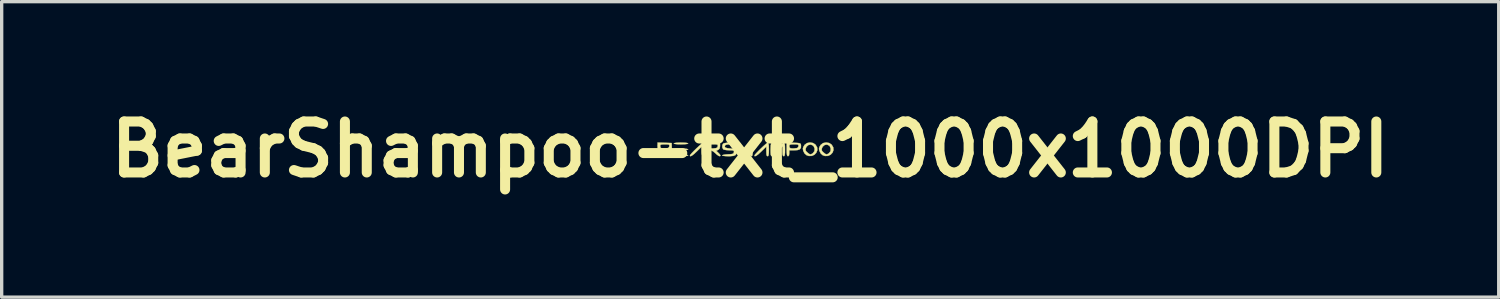
<source format=kicad_pcb>
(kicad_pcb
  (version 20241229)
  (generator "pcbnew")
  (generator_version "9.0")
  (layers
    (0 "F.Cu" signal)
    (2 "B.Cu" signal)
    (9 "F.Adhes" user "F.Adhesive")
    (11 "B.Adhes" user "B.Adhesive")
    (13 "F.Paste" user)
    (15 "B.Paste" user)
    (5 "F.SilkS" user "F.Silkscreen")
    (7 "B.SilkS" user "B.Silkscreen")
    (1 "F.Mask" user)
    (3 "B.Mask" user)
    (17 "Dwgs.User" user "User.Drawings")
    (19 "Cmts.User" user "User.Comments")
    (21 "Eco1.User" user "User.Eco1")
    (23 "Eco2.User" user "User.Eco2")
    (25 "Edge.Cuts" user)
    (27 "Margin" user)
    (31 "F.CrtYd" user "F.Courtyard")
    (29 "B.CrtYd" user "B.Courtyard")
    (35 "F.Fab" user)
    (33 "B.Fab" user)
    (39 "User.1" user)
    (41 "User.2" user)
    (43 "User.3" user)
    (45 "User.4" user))
  (footprint "BearShampoo-txt_1000x1000DPI"
    (layer "F.Cu")
    (at 19.384 1.418)
    (property "Reference" "BearShampoo-txt_1000x1000DPI" (at 0 0 0) (layer "F.SilkS") (effects (font (size 1.524 1.524) (thickness 0.3))))
    (attr through_hole)
    (fp_poly (pts (xy -1.965 -0.2) (xy -1.891 -0.193) (xy -1.856 -0.181) (xy -1.854 -0.178) (xy -1.878 -0.165) (xy -1.944 -0.157) (xy -2.042 -0.153) (xy -2.07 -0.152) (xy -2.175 -0.155) (xy -2.25 -0.163) (xy -2.285 -0.175) (xy -2.286 -0.178) (xy -2.262 -0.19) (xy -2.196 -0.199) (xy -2.098 -0.203) (xy -2.07 -0.203) (xy -1.965 -0.2)) (stroke (width 0.01) (type solid)) (fill yes) (layer "F.SilkS"))
    (fp_poly (pts (xy -1.965 -0.023) (xy -1.891 -0.015) (xy -1.856 -0.003) (xy -1.854 0) (xy -1.878 0.012) (xy -1.944 0.021) (xy -2.042 0.025) (xy -2.07 0.025) (xy -2.175 0.023) (xy -2.25 0.015) (xy -2.285 0.003) (xy -2.286 0) (xy -2.262 -0.012) (xy -2.196 -0.021) (xy -2.098 -0.025) (xy -2.07 -0.025) (xy -1.965 -0.023)) (stroke (width 0.01) (type solid)) (fill yes) (layer "F.SilkS"))
    (fp_poly (pts (xy -1.965 0.155) (xy -1.891 0.163) (xy -1.856 0.175) (xy -1.854 0.178) (xy -1.878 0.19) (xy -1.944 0.199) (xy -2.042 0.203) (xy -2.07 0.203) (xy -2.175 0.2) (xy -2.25 0.193) (xy -2.285 0.181) (xy -2.286 0.178) (xy -2.262 0.165) (xy -2.196 0.157) (xy -2.098 0.153) (xy -2.07 0.152) (xy -1.965 0.155)) (stroke (width 0.01) (type solid)) (fill yes) (layer "F.SilkS"))
    (fp_poly (pts (xy -1.386 -0.184) (xy -1.375 -0.125) (xy -1.372 -0.021) (xy -1.372 0) (xy -1.373 0.104) (xy -1.38 0.167) (xy -1.393 0.197) (xy -1.41 0.203) (xy -1.432 0.191) (xy -1.444 0.148) (xy -1.448 0.065) (xy -1.448 0.058) (xy -1.448 -0.087) (xy -1.595 0.058) (xy -1.687 0.144) (xy -1.754 0.193) (xy -1.793 0.204) (xy -1.803 0.184) (xy -1.786 0.155) (xy -1.74 0.103) (xy -1.675 0.036) (xy -1.6 -0.037) (xy -1.526 -0.106) (xy -1.461 -0.163) (xy -1.416 -0.197) (xy -1.403 -0.203) (xy -1.386 -0.184)) (stroke (width 0.01) (type solid)) (fill yes) (layer "F.SilkS"))
    (fp_poly (pts (xy 0.545 -0.184) (xy 0.555 -0.125) (xy 0.559 -0.021) (xy 0.559 0) (xy 0.557 0.104) (xy 0.55 0.167) (xy 0.538 0.197) (xy 0.521 0.203) (xy 0.498 0.191) (xy 0.486 0.148) (xy 0.483 0.065) (xy 0.483 0.058) (xy 0.483 -0.087) (xy 0.336 0.058) (xy 0.243 0.144) (xy 0.176 0.193) (xy 0.137 0.204) (xy 0.127 0.184) (xy 0.144 0.155) (xy 0.191 0.103) (xy 0.256 0.036) (xy 0.33 -0.037) (xy 0.404 -0.106) (xy 0.469 -0.163) (xy 0.514 -0.197) (xy 0.528 -0.203) (xy 0.545 -0.184)) (stroke (width 0.01) (type solid)) (fill yes) (layer "F.SilkS"))
    (fp_poly (pts (xy 1.88 -0.191) (xy 1.951 -0.144) (xy 2.001 -0.063) (xy 2.008 0.02) (xy 1.979 0.096) (xy 1.923 0.157) (xy 1.845 0.193) (xy 1.754 0.196) (xy 1.686 0.173) (xy 1.627 0.122) (xy 1.586 0.043) (xy 1.581 0.012) (xy 1.653 0.012) (xy 1.669 0.052) (xy 1.71 0.092) (xy 1.766 0.136) (xy 1.805 0.149) (xy 1.846 0.132) (xy 1.874 0.113) (xy 1.92 0.054) (xy 1.928 -0.022) (xy 1.898 -0.094) (xy 1.879 -0.115) (xy 1.813 -0.145) (xy 1.744 -0.133) (xy 1.687 -0.084) (xy 1.665 -0.041) (xy 1.653 0.012) (xy 1.581 0.012) (xy 1.575 -0.023) (xy 1.59 -0.075) (xy 1.626 -0.135) (xy 1.627 -0.136) (xy 1.698 -0.189) (xy 1.788 -0.207) (xy 1.88 -0.191)) (stroke (width 0.01) (type solid)) (fill yes) (layer "F.SilkS"))
    (fp_poly (pts (xy 2.363 -0.191) (xy 2.434 -0.144) (xy 2.483 -0.063) (xy 2.49 0.02) (xy 2.462 0.096) (xy 2.405 0.157) (xy 2.328 0.193) (xy 2.237 0.196) (xy 2.168 0.173) (xy 2.11 0.122) (xy 2.069 0.043) (xy 2.063 0.012) (xy 2.135 0.012) (xy 2.152 0.052) (xy 2.193 0.092) (xy 2.249 0.136) (xy 2.287 0.149) (xy 2.328 0.132) (xy 2.357 0.113) (xy 2.402 0.054) (xy 2.41 -0.022) (xy 2.381 -0.094) (xy 2.361 -0.115) (xy 2.296 -0.145) (xy 2.227 -0.133) (xy 2.169 -0.084) (xy 2.147 -0.041) (xy 2.135 0.012) (xy 2.063 0.012) (xy 2.057 -0.023) (xy 2.072 -0.075) (xy 2.109 -0.135) (xy 2.11 -0.136) (xy 2.18 -0.189) (xy 2.271 -0.207) (xy 2.363 -0.191)) (stroke (width 0.01) (type solid)) (fill yes) (layer "F.SilkS"))
    (fp_poly (pts (xy 0.058 -0.194) (xy 0.069 -0.159) (xy 0.075 -0.09) (xy 0.076 0) (xy 0.074 0.104) (xy 0.068 0.167) (xy 0.055 0.197) (xy 0.038 0.203) (xy 0.01 0.184) (xy 0.000068 0.122) (xy 0 0.114) (xy 0 0.025) (xy -0.279 0.025) (xy -0.279 0.114) (xy -0.288 0.18) (xy -0.314 0.203) (xy -0.318 0.203) (xy -0.337 0.194) (xy -0.349 0.159) (xy -0.354 0.09) (xy -0.356 0) (xy -0.354 -0.105) (xy -0.347 -0.168) (xy -0.333 -0.198) (xy -0.319 -0.203) (xy -0.29 -0.18) (xy -0.275 -0.121) (xy -0.267 -0.072) (xy -0.248 -0.047) (xy -0.203 -0.036) (xy -0.133 -0.03) (xy 0 -0.023) (xy 0 -0.113) (xy 0.008 -0.179) (xy 0.034 -0.203) (xy 0.038 -0.203) (xy 0.058 -0.194)) (stroke (width 0.01) (type solid)) (fill yes) (layer "F.SilkS"))
    (fp_poly (pts (xy 0.703 -0.189) (xy 0.767 -0.135) (xy 0.838 -0.067) (xy 0.909 -0.135) (xy 0.967 -0.185) (xy 1.006 -0.2) (xy 1.028 -0.177) (xy 1.039 -0.11) (xy 1.041 0) (xy 1.04 0.104) (xy 1.033 0.167) (xy 1.02 0.197) (xy 1.003 0.203) (xy 0.981 0.191) (xy 0.969 0.148) (xy 0.965 0.064) (xy 0.965 0.059) (xy 0.965 -0.085) (xy 0.906 -0.03) (xy 0.859 0.009) (xy 0.826 0.025) (xy 0.826 0.025) (xy 0.793 0.01) (xy 0.746 -0.029) (xy 0.745 -0.03) (xy 0.686 -0.085) (xy 0.686 0.059) (xy 0.683 0.145) (xy 0.671 0.19) (xy 0.649 0.203) (xy 0.648 0.203) (xy 0.628 0.194) (xy 0.616 0.159) (xy 0.611 0.09) (xy 0.61 0) (xy 0.614 -0.116) (xy 0.629 -0.184) (xy 0.657 -0.207) (xy 0.703 -0.189)) (stroke (width 0.01) (type solid)) (fill yes) (layer "F.SilkS"))
    (fp_poly (pts (xy 1.302 -0.198) (xy 1.404 -0.194) (xy 1.467 -0.187) (xy 1.5 -0.175) (xy 1.514 -0.153) (xy 1.519 -0.119) (xy 1.517 -0.048) (xy 1.484 -0.003) (xy 1.414 0.02) (xy 1.318 0.025) (xy 1.168 0.025) (xy 1.168 0.114) (xy 1.16 0.18) (xy 1.134 0.203) (xy 1.13 0.203) (xy 1.111 0.194) (xy 1.099 0.159) (xy 1.093 0.09) (xy 1.092 -0.001) (xy 1.092 -0.106) (xy 1.168 -0.106) (xy 1.177 -0.058) (xy 1.208 -0.034) (xy 1.274 -0.028) (xy 1.32 -0.031) (xy 1.393 -0.039) (xy 1.429 -0.058) (xy 1.443 -0.093) (xy 1.443 -0.095) (xy 1.444 -0.128) (xy 1.426 -0.145) (xy 1.379 -0.151) (xy 1.31 -0.152) (xy 1.228 -0.15) (xy 1.185 -0.14) (xy 1.17 -0.119) (xy 1.168 -0.106) (xy 1.092 -0.106) (xy 1.092 -0.205) (xy 1.302 -0.198)) (stroke (width 0.01) (type solid)) (fill yes) (layer "F.SilkS"))
    (fp_poly (pts (xy -1.111 -0.198) (xy -0.902 -0.191) (xy -0.902 -0.102) (xy -0.912 -0.031) (xy -0.95 0.01) (xy -0.959 0.014) (xy -1.015 0.042) (xy -0.952 0.102) (xy -0.909 0.148) (xy -0.889 0.18) (xy -0.889 0.182) (xy -0.905 0.204) (xy -0.946 0.192) (xy -1.005 0.149) (xy -1.041 0.114) (xy -1.108 0.059) (xy -1.169 0.028) (xy -1.186 0.025) (xy -1.226 0.033) (xy -1.242 0.066) (xy -1.245 0.114) (xy -1.253 0.18) (xy -1.279 0.203) (xy -1.283 0.203) (xy -1.302 0.194) (xy -1.314 0.159) (xy -1.32 0.09) (xy -1.321 -0.001) (xy -1.321 -0.106) (xy -1.245 -0.106) (xy -1.236 -0.058) (xy -1.205 -0.034) (xy -1.139 -0.028) (xy -1.093 -0.031) (xy -1.02 -0.039) (xy -0.984 -0.058) (xy -0.97 -0.093) (xy -0.97 -0.095) (xy -0.969 -0.128) (xy -0.987 -0.145) (xy -1.034 -0.151) (xy -1.103 -0.152) (xy -1.185 -0.15) (xy -1.228 -0.14) (xy -1.243 -0.119) (xy -1.245 -0.106) (xy -1.321 -0.106) (xy -1.321 -0.205) (xy -1.111 -0.198)) (stroke (width 0.01) (type solid)) (fill yes) (layer "F.SilkS"))
    (fp_poly (pts (xy -2.559 -0.198) (xy -2.349 -0.191) (xy -2.344 -0.027) (xy -2.345 0.063) (xy -2.354 0.135) (xy -2.366 0.17) (xy -2.412 0.191) (xy -2.507 0.202) (xy -2.581 0.203) (xy -2.769 0.203) (xy -2.769 0.072) (xy -2.692 0.072) (xy -2.684 0.119) (xy -2.653 0.144) (xy -2.587 0.149) (xy -2.541 0.147) (xy -2.468 0.139) (xy -2.432 0.12) (xy -2.418 0.085) (xy -2.418 0.083) (xy -2.417 0.05) (xy -2.434 0.033) (xy -2.482 0.026) (xy -2.551 0.025) (xy -2.633 0.028) (xy -2.676 0.038) (xy -2.691 0.059) (xy -2.692 0.072) (xy -2.769 0.072) (xy -2.769 -0.106) (xy -2.692 -0.106) (xy -2.684 -0.058) (xy -2.653 -0.034) (xy -2.587 -0.028) (xy -2.541 -0.031) (xy -2.468 -0.039) (xy -2.432 -0.058) (xy -2.418 -0.093) (xy -2.418 -0.095) (xy -2.417 -0.128) (xy -2.434 -0.145) (xy -2.482 -0.151) (xy -2.551 -0.152) (xy -2.633 -0.15) (xy -2.676 -0.14) (xy -2.691 -0.119) (xy -2.692 -0.106) (xy -2.769 -0.106) (xy -2.769 -0.205) (xy -2.559 -0.198)) (stroke (width 0.01) (type solid)) (fill yes) (layer "F.SilkS"))
    (fp_poly (pts (xy -0.46 -0.197) (xy -0.414 -0.187) (xy -0.406 -0.178) (xy -0.43 -0.165) (xy -0.492 -0.155) (xy -0.572 -0.152) (xy -0.669 -0.149) (xy -0.726 -0.138) (xy -0.752 -0.117) (xy -0.753 -0.113) (xy -0.759 -0.077) (xy -0.739 -0.053) (xy -0.684 -0.037) (xy -0.587 -0.026) (xy -0.576 -0.025) (xy -0.49 -0.017) (xy -0.442 -0.005) (xy -0.42 0.017) (xy -0.411 0.054) (xy -0.411 0.059) (xy -0.412 0.125) (xy -0.438 0.168) (xy -0.496 0.193) (xy -0.593 0.202) (xy -0.651 0.203) (xy -0.741 0.2) (xy -0.807 0.192) (xy -0.838 0.181) (xy -0.838 0.179) (xy -0.815 0.166) (xy -0.754 0.154) (xy -0.669 0.147) (xy -0.667 0.147) (xy -0.575 0.142) (xy -0.522 0.132) (xy -0.497 0.115) (xy -0.488 0.085) (xy -0.487 0.083) (xy -0.486 0.051) (xy -0.503 0.034) (xy -0.549 0.027) (xy -0.628 0.025) (xy -0.714 0.02) (xy -0.781 0.008) (xy -0.808 -0.005) (xy -0.835 -0.063) (xy -0.831 -0.132) (xy -0.808 -0.173) (xy -0.77 -0.187) (xy -0.702 -0.197) (xy -0.618 -0.203) (xy -0.533 -0.203) (xy -0.46 -0.197)) (stroke (width 0.01) (type solid)) (fill yes) (layer "F.SilkS")))
  (gr_rect
    (start -3 -3)
    (end 41.768 5.836)
    (stroke (width 0.1) (type default))
    (fill no)
    (layer "Edge.Cuts")))
</source>
